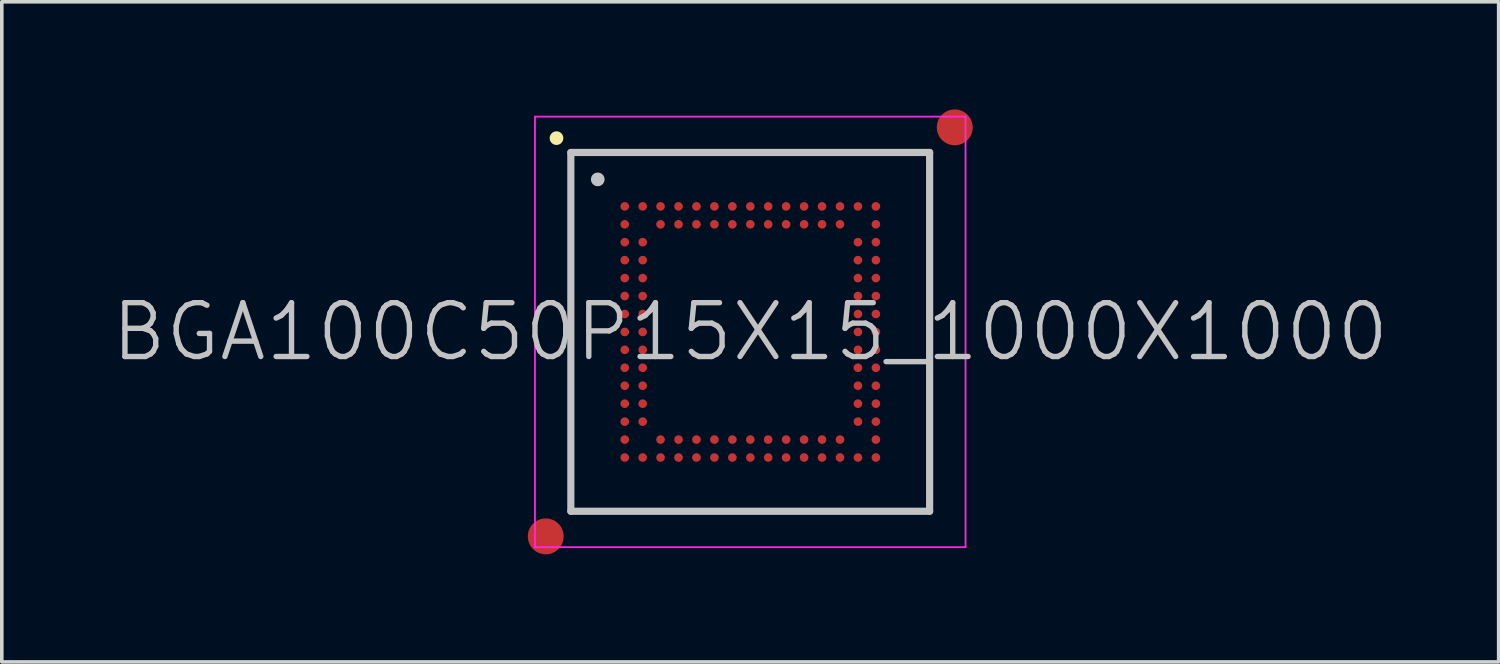
<source format=kicad_pcb>
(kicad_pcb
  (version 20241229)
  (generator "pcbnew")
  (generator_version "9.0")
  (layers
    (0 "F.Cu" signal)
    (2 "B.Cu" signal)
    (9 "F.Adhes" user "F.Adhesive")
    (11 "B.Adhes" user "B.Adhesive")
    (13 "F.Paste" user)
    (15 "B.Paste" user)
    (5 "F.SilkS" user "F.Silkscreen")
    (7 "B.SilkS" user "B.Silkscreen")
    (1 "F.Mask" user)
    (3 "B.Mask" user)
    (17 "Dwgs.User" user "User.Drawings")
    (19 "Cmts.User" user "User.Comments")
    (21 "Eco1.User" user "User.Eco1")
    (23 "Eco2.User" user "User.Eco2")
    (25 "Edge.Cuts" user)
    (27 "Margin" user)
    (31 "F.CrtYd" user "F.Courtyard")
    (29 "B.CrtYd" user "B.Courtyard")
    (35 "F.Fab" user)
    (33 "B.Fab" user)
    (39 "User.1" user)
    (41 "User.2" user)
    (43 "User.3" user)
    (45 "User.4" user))
  (footprint "BGA100C50P15X15_1000X1000"
    (layer "F.Cu")
    (at 17.861 6.2)
    (property "Reference" "BGA100C50P15X15_1000X1000" (at 0 0 0) (layer "Dwgs.User") (effects (font (size 1.5 1.5) (thickness 0.15))))
    (attr smd)
    (fp_line (start -5.4 -5.4) (end -5.4 -5.4) (stroke (width 0.381) (type solid)) (layer "F.SilkS"))
    (fp_line (start -5 -5) (end -5 5) (stroke (width 0.2) (type solid)) (layer "Dwgs.User"))
    (fp_line (start -5 -5) (end 5 -5) (stroke (width 0.2) (type solid)) (layer "Dwgs.User"))
    (fp_line (start -5 5) (end 5 5) (stroke (width 0.2) (type solid)) (layer "Dwgs.User"))
    (fp_line (start -4.25 -4.25) (end -4.25 -4.25) (stroke (width 0.381) (type solid)) (layer "Dwgs.User"))
    (fp_line (start 5 -5) (end 5 5) (stroke (width 0.2) (type solid)) (layer "Dwgs.User"))
    (fp_line (start -6 -6) (end -6 6) (stroke (width 0.05) (type solid)) (layer "F.CrtYd"))
    (fp_line (start -6 -6) (end 6 -6) (stroke (width 0.05) (type solid)) (layer "F.CrtYd"))
    (fp_line (start -6 6) (end 6 6) (stroke (width 0.05) (type solid)) (layer "F.CrtYd"))
    (fp_line (start 6 -6) (end 6 6) (stroke (width 0.05) (type solid)) (layer "F.CrtYd"))
    (pad "" smd circle (at -5.7 5.7) (size 1 1) (layers "F.Cu" "F.Mask"))
    (pad "" smd circle (at 5.7 -5.7) (size 1 1) (layers "F.Cu" "F.Mask"))
    (pad "A1" smd circle (at -3.498 -3.498) (size 0.24 0.24) (layers "F.Cu" "F.Mask" "F.Paste"))
    (pad "A2" smd circle (at -2.998 -3.498) (size 0.24 0.24) (layers "F.Cu" "F.Mask" "F.Paste"))
    (pad "A3" smd circle (at -2.5 -3.498) (size 0.24 0.24) (layers "F.Cu" "F.Mask" "F.Paste"))
    (pad "A4" smd circle (at -1.999 -3.498) (size 0.24 0.24) (layers "F.Cu" "F.Mask" "F.Paste"))
    (pad "A5" smd circle (at -1.499 -3.498) (size 0.24 0.24) (layers "F.Cu" "F.Mask" "F.Paste"))
    (pad "A6" smd circle (at -0.999 -3.498) (size 0.24 0.24) (layers "F.Cu" "F.Mask" "F.Paste"))
    (pad "A7" smd circle (at -0.498 -3.498) (size 0.24 0.24) (layers "F.Cu" "F.Mask" "F.Paste"))
    (pad "A8" smd circle (at 0.002 -3.498) (size 0.24 0.24) (layers "F.Cu" "F.Mask" "F.Paste"))
    (pad "A9" smd circle (at 0.5 -3.498) (size 0.24 0.24) (layers "F.Cu" "F.Mask" "F.Paste"))
    (pad "A10" smd circle (at 1 -3.498) (size 0.24 0.24) (layers "F.Cu" "F.Mask" "F.Paste"))
    (pad "A11" smd circle (at 1.501 -3.498) (size 0.24 0.24) (layers "F.Cu" "F.Mask" "F.Paste"))
    (pad "A12" smd circle (at 2.001 -3.498) (size 0.24 0.24) (layers "F.Cu" "F.Mask" "F.Paste"))
    (pad "A13" smd circle (at 2.502 -3.498) (size 0.24 0.24) (layers "F.Cu" "F.Mask" "F.Paste"))
    (pad "A14" smd circle (at 3.002 -3.498) (size 0.24 0.24) (layers "F.Cu" "F.Mask" "F.Paste"))
    (pad "A15" smd circle (at 3.502 -3.498) (size 0.24 0.24) (layers "F.Cu" "F.Mask" "F.Paste"))
    (pad "B1" smd circle (at -3.498 -2.998) (size 0.24 0.24) (layers "F.Cu" "F.Mask" "F.Paste"))
    (pad "B3" smd circle (at -2.5 -2.998) (size 0.24 0.24) (layers "F.Cu" "F.Mask" "F.Paste"))
    (pad "B4" smd circle (at -1.999 -2.998) (size 0.24 0.24) (layers "F.Cu" "F.Mask" "F.Paste"))
    (pad "B5" smd circle (at -1.499 -2.998) (size 0.24 0.24) (layers "F.Cu" "F.Mask" "F.Paste"))
    (pad "B6" smd circle (at -0.999 -2.998) (size 0.24 0.24) (layers "F.Cu" "F.Mask" "F.Paste"))
    (pad "B7" smd circle (at -0.498 -2.998) (size 0.24 0.24) (layers "F.Cu" "F.Mask" "F.Paste"))
    (pad "B8" smd circle (at 0.002 -2.998) (size 0.24 0.24) (layers "F.Cu" "F.Mask" "F.Paste"))
    (pad "B9" smd circle (at 0.5 -2.998) (size 0.24 0.24) (layers "F.Cu" "F.Mask" "F.Paste"))
    (pad "B10" smd circle (at 1 -2.998) (size 0.24 0.24) (layers "F.Cu" "F.Mask" "F.Paste"))
    (pad "B11" smd circle (at 1.501 -2.998) (size 0.24 0.24) (layers "F.Cu" "F.Mask" "F.Paste"))
    (pad "B12" smd circle (at 2.001 -2.998) (size 0.24 0.24) (layers "F.Cu" "F.Mask" "F.Paste"))
    (pad "B13" smd circle (at 2.502 -2.998) (size 0.24 0.24) (layers "F.Cu" "F.Mask" "F.Paste"))
    (pad "B15" smd circle (at 3.502 -2.998) (size 0.24 0.24) (layers "F.Cu" "F.Mask" "F.Paste"))
    (pad "C1" smd circle (at -3.498 -2.5) (size 0.24 0.24) (layers "F.Cu" "F.Mask" "F.Paste"))
    (pad "C2" smd circle (at -2.998 -2.5) (size 0.24 0.24) (layers "F.Cu" "F.Mask" "F.Paste"))
    (pad "C14" smd circle (at 3.002 -2.5) (size 0.24 0.24) (layers "F.Cu" "F.Mask" "F.Paste"))
    (pad "C15" smd circle (at 3.502 -2.5) (size 0.24 0.24) (layers "F.Cu" "F.Mask" "F.Paste"))
    (pad "D1" smd circle (at -3.498 -1.999) (size 0.24 0.24) (layers "F.Cu" "F.Mask" "F.Paste"))
    (pad "D2" smd circle (at -2.998 -1.999) (size 0.24 0.24) (layers "F.Cu" "F.Mask" "F.Paste"))
    (pad "D14" smd circle (at 3.002 -1.999) (size 0.24 0.24) (layers "F.Cu" "F.Mask" "F.Paste"))
    (pad "D15" smd circle (at 3.502 -1.999) (size 0.24 0.24) (layers "F.Cu" "F.Mask" "F.Paste"))
    (pad "E1" smd circle (at -3.498 -1.499) (size 0.24 0.24) (layers "F.Cu" "F.Mask" "F.Paste"))
    (pad "E2" smd circle (at -2.998 -1.499) (size 0.24 0.24) (layers "F.Cu" "F.Mask" "F.Paste"))
    (pad "E14" smd circle (at 3.002 -1.499) (size 0.24 0.24) (layers "F.Cu" "F.Mask" "F.Paste"))
    (pad "E15" smd circle (at 3.502 -1.499) (size 0.24 0.24) (layers "F.Cu" "F.Mask" "F.Paste"))
    (pad "F1" smd circle (at -3.498 -0.999) (size 0.24 0.24) (layers "F.Cu" "F.Mask" "F.Paste"))
    (pad "F2" smd circle (at -2.998 -0.999) (size 0.24 0.24) (layers "F.Cu" "F.Mask" "F.Paste"))
    (pad "F14" smd circle (at 3.002 -0.999) (size 0.24 0.24) (layers "F.Cu" "F.Mask" "F.Paste"))
    (pad "F15" smd circle (at 3.502 -0.999) (size 0.24 0.24) (layers "F.Cu" "F.Mask" "F.Paste"))
    (pad "G1" smd circle (at -3.498 -0.498) (size 0.24 0.24) (layers "F.Cu" "F.Mask" "F.Paste"))
    (pad "G2" smd circle (at -2.998 -0.498) (size 0.24 0.24) (layers "F.Cu" "F.Mask" "F.Paste"))
    (pad "G14" smd circle (at 3.002 -0.498) (size 0.24 0.24) (layers "F.Cu" "F.Mask" "F.Paste"))
    (pad "G15" smd circle (at 3.502 -0.498) (size 0.24 0.24) (layers "F.Cu" "F.Mask" "F.Paste"))
    (pad "H1" smd circle (at -3.498 0.002) (size 0.24 0.24) (layers "F.Cu" "F.Mask" "F.Paste"))
    (pad "H2" smd circle (at -2.998 0.002) (size 0.24 0.24) (layers "F.Cu" "F.Mask" "F.Paste"))
    (pad "H14" smd circle (at 3.002 0.002) (size 0.24 0.24) (layers "F.Cu" "F.Mask" "F.Paste"))
    (pad "H15" smd circle (at 3.502 0.002) (size 0.24 0.24) (layers "F.Cu" "F.Mask" "F.Paste"))
    (pad "J1" smd circle (at -3.498 0.5) (size 0.24 0.24) (layers "F.Cu" "F.Mask" "F.Paste"))
    (pad "J2" smd circle (at -2.998 0.5) (size 0.24 0.24) (layers "F.Cu" "F.Mask" "F.Paste"))
    (pad "J14" smd circle (at 3.002 0.5) (size 0.24 0.24) (layers "F.Cu" "F.Mask" "F.Paste"))
    (pad "J15" smd circle (at 3.502 0.5) (size 0.24 0.24) (layers "F.Cu" "F.Mask" "F.Paste"))
    (pad "K1" smd circle (at -3.498 1) (size 0.24 0.24) (layers "F.Cu" "F.Mask" "F.Paste"))
    (pad "K2" smd circle (at -2.998 1) (size 0.24 0.24) (layers "F.Cu" "F.Mask" "F.Paste"))
    (pad "K14" smd circle (at 3.002 1) (size 0.24 0.24) (layers "F.Cu" "F.Mask" "F.Paste"))
    (pad "K15" smd circle (at 3.502 1) (size 0.24 0.24) (layers "F.Cu" "F.Mask" "F.Paste"))
    (pad "L1" smd circle (at -3.498 1.501) (size 0.24 0.24) (layers "F.Cu" "F.Mask" "F.Paste"))
    (pad "L2" smd circle (at -2.998 1.501) (size 0.24 0.24) (layers "F.Cu" "F.Mask" "F.Paste"))
    (pad "L14" smd circle (at 3.002 1.501) (size 0.24 0.24) (layers "F.Cu" "F.Mask" "F.Paste"))
    (pad "L15" smd circle (at 3.502 1.501) (size 0.24 0.24) (layers "F.Cu" "F.Mask" "F.Paste"))
    (pad "M1" smd circle (at -3.498 2.001) (size 0.24 0.24) (layers "F.Cu" "F.Mask" "F.Paste"))
    (pad "M2" smd circle (at -2.998 2.001) (size 0.24 0.24) (layers "F.Cu" "F.Mask" "F.Paste"))
    (pad "M14" smd circle (at 3.002 2.001) (size 0.24 0.24) (layers "F.Cu" "F.Mask" "F.Paste"))
    (pad "M15" smd circle (at 3.502 2.001) (size 0.24 0.24) (layers "F.Cu" "F.Mask" "F.Paste"))
    (pad "N1" smd circle (at -3.498 2.502) (size 0.24 0.24) (layers "F.Cu" "F.Mask" "F.Paste"))
    (pad "N2" smd circle (at -2.998 2.502) (size 0.24 0.24) (layers "F.Cu" "F.Mask" "F.Paste"))
    (pad "N14" smd circle (at 3.002 2.502) (size 0.24 0.24) (layers "F.Cu" "F.Mask" "F.Paste"))
    (pad "N15" smd circle (at 3.502 2.502) (size 0.24 0.24) (layers "F.Cu" "F.Mask" "F.Paste"))
    (pad "P1" smd circle (at -3.498 3.002) (size 0.24 0.24) (layers "F.Cu" "F.Mask" "F.Paste"))
    (pad "P3" smd circle (at -2.5 3.002) (size 0.24 0.24) (layers "F.Cu" "F.Mask" "F.Paste"))
    (pad "P4" smd circle (at -1.999 3.002) (size 0.24 0.24) (layers "F.Cu" "F.Mask" "F.Paste"))
    (pad "P5" smd circle (at -1.499 3.002) (size 0.24 0.24) (layers "F.Cu" "F.Mask" "F.Paste"))
    (pad "P6" smd circle (at -0.999 3.002) (size 0.24 0.24) (layers "F.Cu" "F.Mask" "F.Paste"))
    (pad "P7" smd circle (at -0.498 3.002) (size 0.24 0.24) (layers "F.Cu" "F.Mask" "F.Paste"))
    (pad "P8" smd circle (at 0.002 3.002) (size 0.24 0.24) (layers "F.Cu" "F.Mask" "F.Paste"))
    (pad "P9" smd circle (at 0.5 3.002) (size 0.24 0.24) (layers "F.Cu" "F.Mask" "F.Paste"))
    (pad "P10" smd circle (at 1 3.002) (size 0.24 0.24) (layers "F.Cu" "F.Mask" "F.Paste"))
    (pad "P11" smd circle (at 1.501 3.002) (size 0.24 0.24) (layers "F.Cu" "F.Mask" "F.Paste"))
    (pad "P12" smd circle (at 2.001 3.002) (size 0.24 0.24) (layers "F.Cu" "F.Mask" "F.Paste"))
    (pad "P13" smd circle (at 2.502 3.002) (size 0.24 0.24) (layers "F.Cu" "F.Mask" "F.Paste"))
    (pad "P15" smd circle (at 3.502 3.002) (size 0.24 0.24) (layers "F.Cu" "F.Mask" "F.Paste"))
    (pad "R1" smd circle (at -3.498 3.502) (size 0.24 0.24) (layers "F.Cu" "F.Mask" "F.Paste"))
    (pad "R2" smd circle (at -2.998 3.502) (size 0.24 0.24) (layers "F.Cu" "F.Mask" "F.Paste"))
    (pad "R3" smd circle (at -2.5 3.502) (size 0.24 0.24) (layers "F.Cu" "F.Mask" "F.Paste"))
    (pad "R4" smd circle (at -1.999 3.502) (size 0.24 0.24) (layers "F.Cu" "F.Mask" "F.Paste"))
    (pad "R5" smd circle (at -1.499 3.502) (size 0.24 0.24) (layers "F.Cu" "F.Mask" "F.Paste"))
    (pad "R6" smd circle (at -0.999 3.502) (size 0.24 0.24) (layers "F.Cu" "F.Mask" "F.Paste"))
    (pad "R7" smd circle (at -0.498 3.502) (size 0.24 0.24) (layers "F.Cu" "F.Mask" "F.Paste"))
    (pad "R8" smd circle (at 0.002 3.502) (size 0.24 0.24) (layers "F.Cu" "F.Mask" "F.Paste"))
    (pad "R9" smd circle (at 0.5 3.502) (size 0.24 0.24) (layers "F.Cu" "F.Mask" "F.Paste"))
    (pad "R10" smd circle (at 1 3.502) (size 0.24 0.24) (layers "F.Cu" "F.Mask" "F.Paste"))
    (pad "R11" smd circle (at 1.501 3.502) (size 0.24 0.24) (layers "F.Cu" "F.Mask" "F.Paste"))
    (pad "R12" smd circle (at 2.001 3.502) (size 0.24 0.24) (layers "F.Cu" "F.Mask" "F.Paste"))
    (pad "R13" smd circle (at 2.502 3.502) (size 0.24 0.24) (layers "F.Cu" "F.Mask" "F.Paste"))
    (pad "R14" smd circle (at 3.002 3.502) (size 0.24 0.24) (layers "F.Cu" "F.Mask" "F.Paste"))
    (pad "R15" smd circle (at 3.502 3.502) (size 0.24 0.24) (layers "F.Cu" "F.Mask" "F.Paste")))
  (gr_rect
    (start -3 -3)
    (end 38.721 15.4)
    (stroke (width 0.1) (type default))
    (fill no)
    (layer "Edge.Cuts")))
</source>
